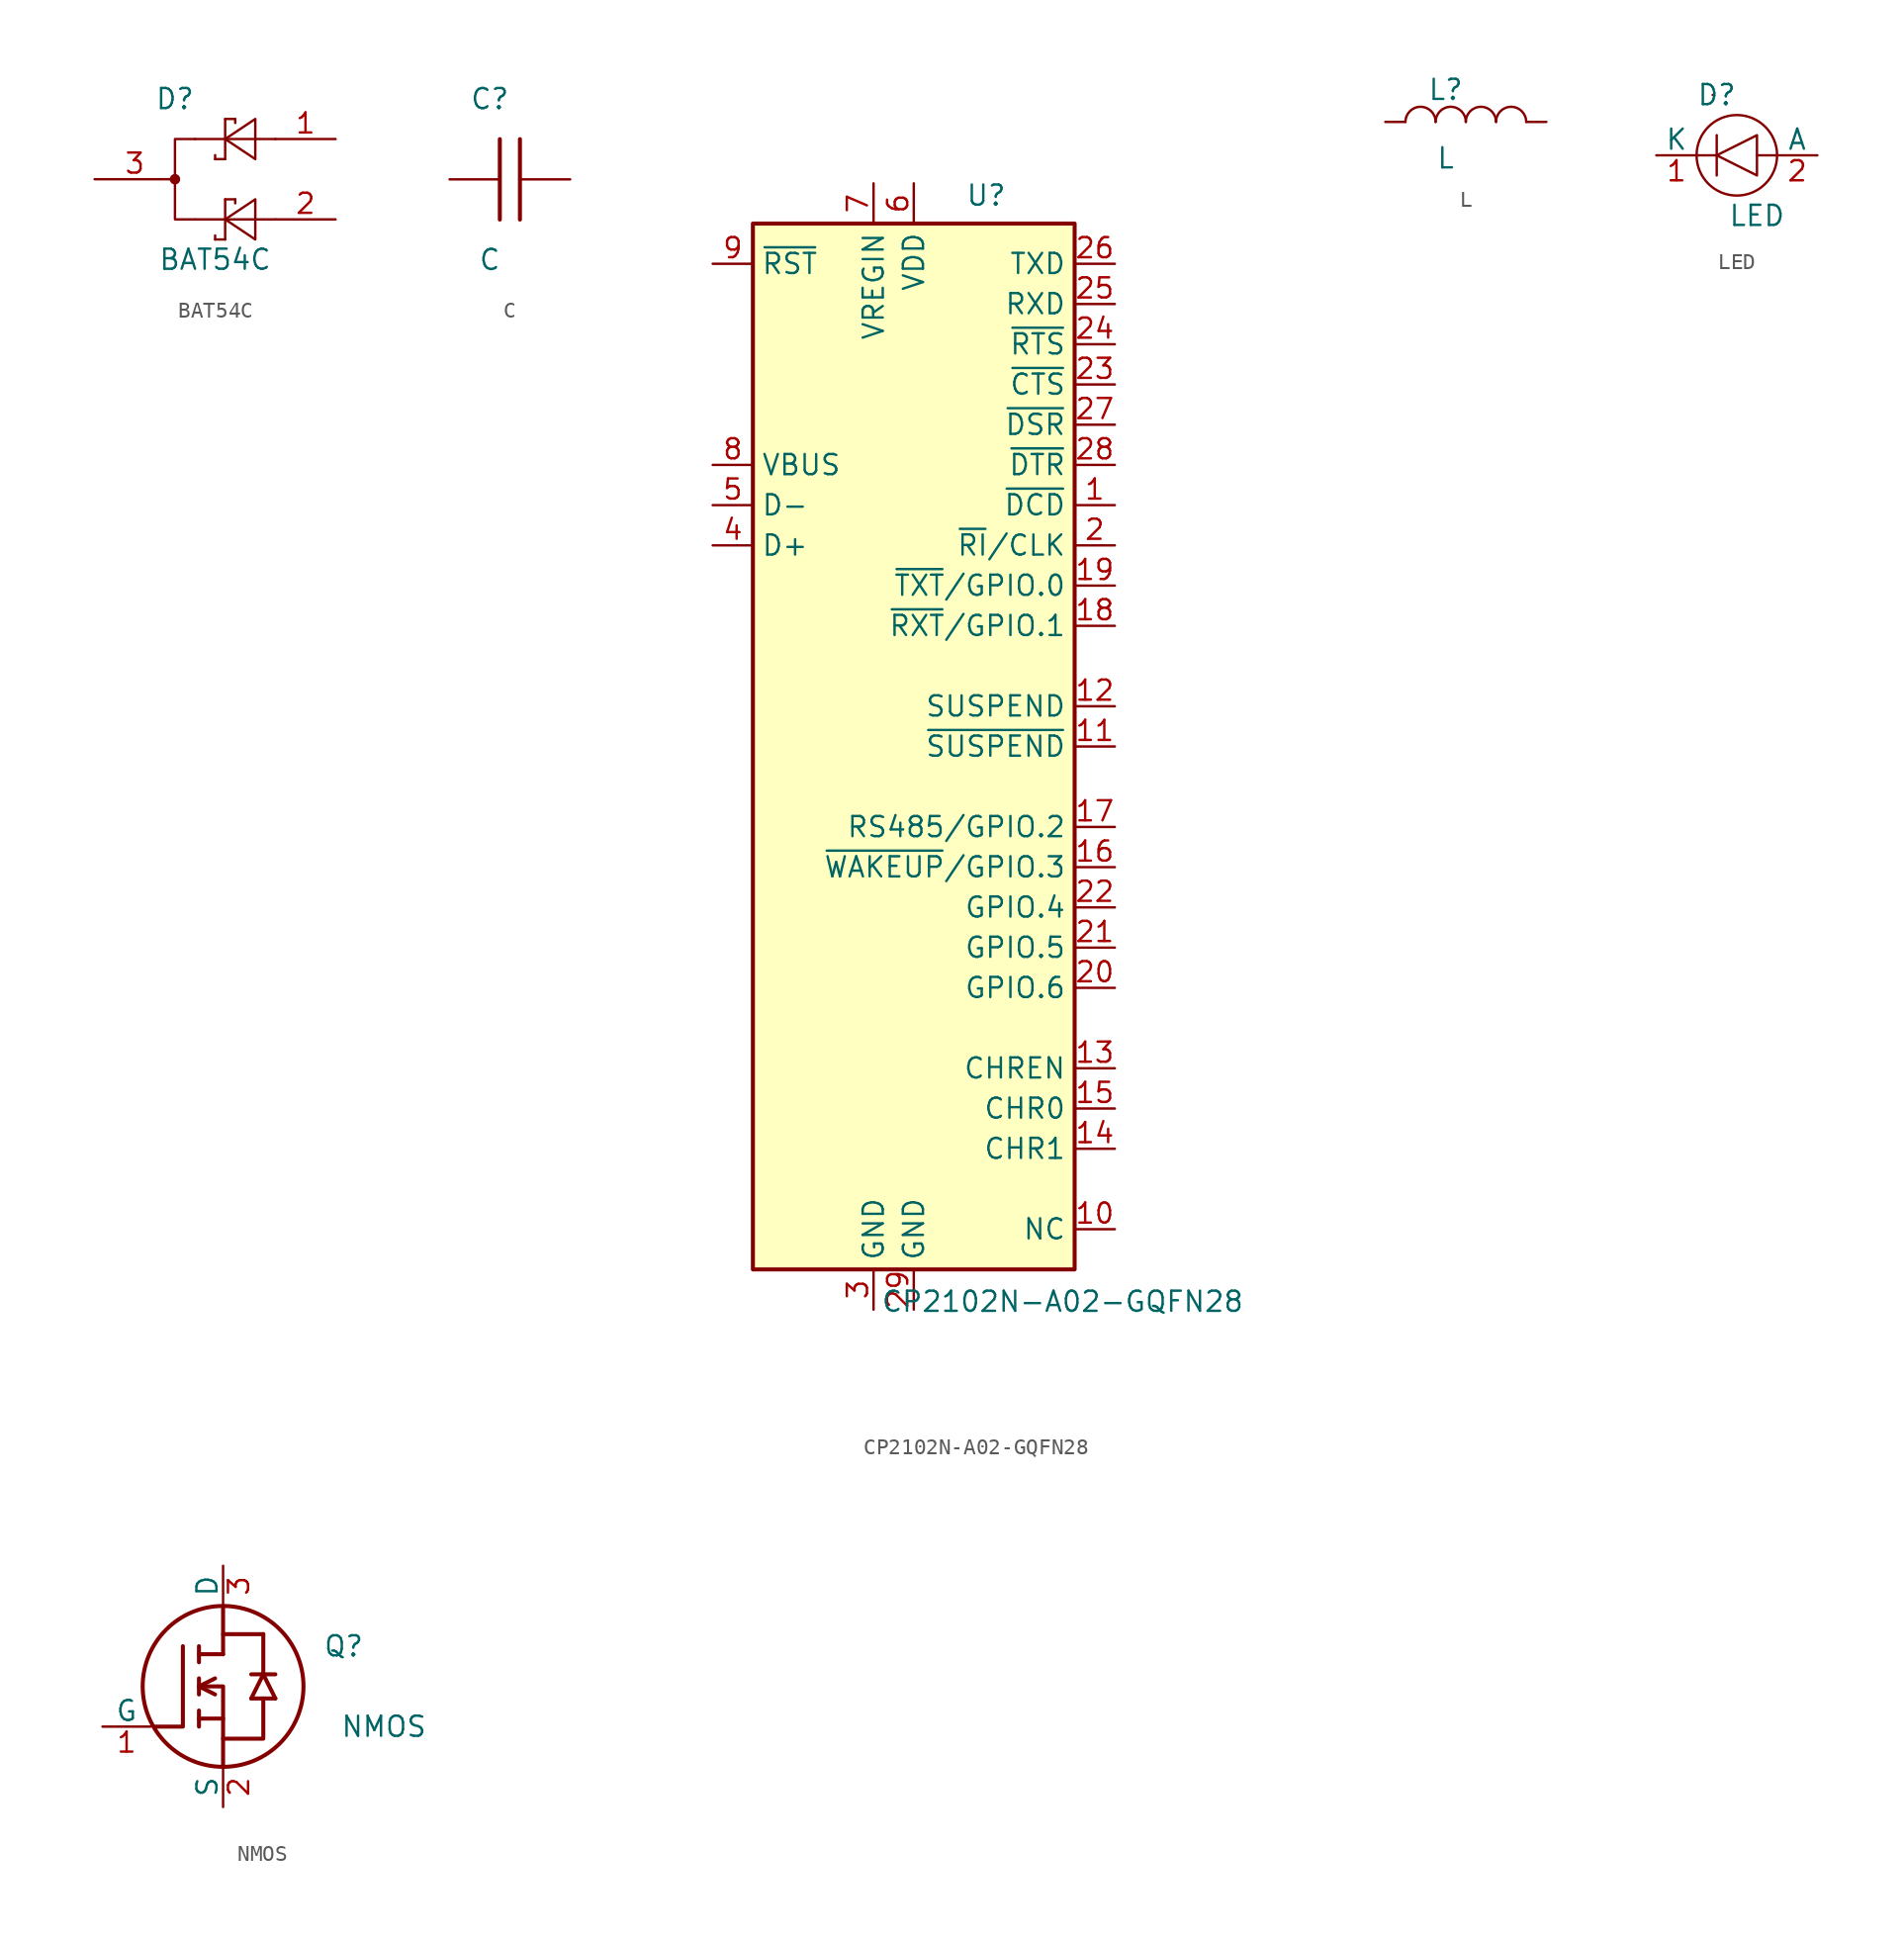
<source format=kicad_sym>
(kicad_symbol_lib
  (version 20241209)
  (generator "kicad_symbol_editor")
  (generator_version "9.0")
  (symbol "BAT54C"
    (property "Reference" "D"
      (at 5.08 5.08 0)
      (effects (font (size 1.27 1.27))))
    (property "Value" "BAT54C"
      (at 7.62 -5.08 0)
      (effects (font (size 1.27 1.27))))
    (symbol "BAT54C_0_1"
      (circle (center 5.08 0) (radius 0.254) (stroke (width 0) (type default)) (fill (type outline)))
      (polyline (pts (xy 6.35 2.54) (xy 5.08 2.54) (xy 5.08 -2.54) (xy 6.35 -2.54)) (stroke (width 0.152) (type default)) (fill (type none)))
      (polyline (pts (xy 7.62 1.27) (xy 7.62 1.524)) (stroke (width 0) (type default)) (fill (type none)))
      (polyline (pts (xy 7.62 -3.81) (xy 7.62 -3.556)) (stroke (width 0) (type default)) (fill (type none)))
      (polyline (pts (xy 8.255 3.81) (xy 8.255 1.27)) (stroke (width 0) (type default)) (fill (type none)))
      (polyline (pts (xy 8.255 3.81) (xy 8.89 3.81)) (stroke (width 0) (type default)) (fill (type none)))
      (polyline (pts (xy 8.255 1.27) (xy 7.62 1.27)) (stroke (width 0) (type default)) (fill (type none)))
      (polyline (pts (xy 8.255 -1.27) (xy 8.255 -3.81)) (stroke (width 0) (type default)) (fill (type none)))
      (polyline (pts (xy 8.255 -1.27) (xy 8.89 -1.27)) (stroke (width 0) (type default)) (fill (type none)))
      (polyline (pts (xy 8.255 -3.81) (xy 7.62 -3.81)) (stroke (width 0) (type default)) (fill (type none)))
      (polyline (pts (xy 8.89 3.81) (xy 8.89 3.556)) (stroke (width 0) (type default)) (fill (type none)))
      (polyline (pts (xy 8.89 -1.27) (xy 8.89 -1.524)) (stroke (width 0) (type default)) (fill (type none)))
      (polyline (pts (xy 10.16 1.27) (xy 10.16 3.81) (xy 8.255 2.54) (xy 10.16 1.27)) (stroke (width 0) (type default)) (fill (type none)))
      (polyline (pts (xy 10.16 -3.81) (xy 10.16 -1.27) (xy 8.255 -2.54) (xy 10.16 -3.81)) (stroke (width 0) (type default)) (fill (type none)))
      (polyline (pts (xy 11.43 2.54) (xy 6.35 2.54)) (stroke (width 0) (type default)) (fill (type none)))
      (polyline (pts (xy 11.43 -2.54) (xy 6.35 -2.54)) (stroke (width 0) (type default)) (fill (type none))))
    (symbol "BAT54C_1_1"
      (pin passive line (at 0 0 0) (length 5.08) (name "~" (effects (font (size 1.27 1.27)))) (number "3" (effects (font (size 1.27 1.27)))))
      (pin passive line (at 15.24 2.54 180) (length 3.81) (name "~" (effects (font (size 1.27 1.27)))) (number "1" (effects (font (size 1.27 1.27)))))
      (pin passive line (at 15.24 -2.54 180) (length 3.81) (name "~" (effects (font (size 1.27 1.27)))) (number "2" (effects (font (size 1.27 1.27)))))))
  (symbol "C"
    (pin_numbers
      (hide yes))
    (pin_names
      (offset 1.016)
      (hide yes))
    (property "Reference" "C"
      (at 2.54 5.08 0)
      (effects (font (size 1.27 1.27))))
    (property "Value" "C"
      (at 2.54 -5.08 0)
      (effects (font (size 1.27 1.27))))
    (symbol "C_0_1"
      (polyline (pts (xy 3.175 2.54) (xy 3.175 -2.54)) (stroke (width 0.254) (type default)) (fill (type none)))
      (polyline (pts (xy 4.445 2.54) (xy 4.445 -2.54)) (stroke (width 0.254) (type default)) (fill (type none))))
    (symbol "C_1_1"
      (pin unspecified line (at 0 0 0) (length 3.175) (name "1" (effects (font (size 1.27 1.27)))) (number "1" (effects (font (size 1.27 1.27)))))
      (pin unspecified line (at 7.62 0 180) (length 3.175) (name "2" (effects (font (size 1.27 1.27)))) (number "2" (effects (font (size 1.27 1.27)))))))
  (symbol "CP2102N-A02-GQFN28"
    (property "Reference" "U"
      (at 17.272 4.318 0)
      (effects (font (size 1.27 1.27))))
    (property "Value" "CP2102N-A02-GQFN28"
      (at 22.098 -65.532 0)
      (effects (font (size 1.27 1.27))))
    (symbol "CP2102N-A02-GQFN28_0_1"
      (rectangle (start 2.54 2.54) (end 22.86 -63.5) (stroke (width 0.254) (type default)) (fill (type background))))
    (symbol "CP2102N-A02-GQFN28_1_1"
      (pin unspecified line (at 0 0 0) (length 2.54) (name "~{RST}" (effects (font (size 1.27 1.27)))) (number "9" (effects (font (size 1.27 1.27)))))
      (pin unspecified line (at 0 -12.7 0) (length 2.54) (name "VBUS" (effects (font (size 1.27 1.27)))) (number "8" (effects (font (size 1.27 1.27)))))
      (pin unspecified line (at 0 -15.24 0) (length 2.54) (name "D-" (effects (font (size 1.27 1.27)))) (number "5" (effects (font (size 1.27 1.27)))))
      (pin unspecified line (at 0 -17.78 0) (length 2.54) (name "D+" (effects (font (size 1.27 1.27)))) (number "4" (effects (font (size 1.27 1.27)))))
      (pin unspecified line (at 10.16 5.08 270) (length 2.54) (name "VREGIN" (effects (font (size 1.27 1.27)))) (number "7" (effects (font (size 1.27 1.27)))))
      (pin unspecified line (at 10.16 -66.04 90) (length 2.54) (name "GND" (effects (font (size 1.27 1.27)))) (number "3" (effects (font (size 1.27 1.27)))))
      (pin unspecified line (at 12.7 5.08 270) (length 2.54) (name "VDD" (effects (font (size 1.27 1.27)))) (number "6" (effects (font (size 1.27 1.27)))))
      (pin unspecified line (at 12.7 -66.04 90) (length 2.54) (name "GND" (effects (font (size 1.27 1.27)))) (number "29" (effects (font (size 1.27 1.27)))))
      (pin unspecified line (at 25.4 0 180) (length 2.54) (name "TXD" (effects (font (size 1.27 1.27)))) (number "26" (effects (font (size 1.27 1.27)))))
      (pin unspecified line (at 25.4 -2.54 180) (length 2.54) (name "RXD" (effects (font (size 1.27 1.27)))) (number "25" (effects (font (size 1.27 1.27)))))
      (pin unspecified line (at 25.4 -5.08 180) (length 2.54) (name "~{RTS}" (effects (font (size 1.27 1.27)))) (number "24" (effects (font (size 1.27 1.27)))))
      (pin unspecified line (at 25.4 -7.62 180) (length 2.54) (name "~{CTS}" (effects (font (size 1.27 1.27)))) (number "23" (effects (font (size 1.27 1.27)))))
      (pin unspecified line (at 25.4 -10.16 180) (length 2.54) (name "~{DSR}" (effects (font (size 1.27 1.27)))) (number "27" (effects (font (size 1.27 1.27)))))
      (pin unspecified line (at 25.4 -12.7 180) (length 2.54) (name "~{DTR}" (effects (font (size 1.27 1.27)))) (number "28" (effects (font (size 1.27 1.27)))))
      (pin unspecified line (at 25.4 -15.24 180) (length 2.54) (name "~{DCD}" (effects (font (size 1.27 1.27)))) (number "1" (effects (font (size 1.27 1.27)))))
      (pin unspecified line (at 25.4 -17.78 180) (length 2.54) (name "~{RI}/CLK" (effects (font (size 1.27 1.27)))) (number "2" (effects (font (size 1.27 1.27)))))
      (pin unspecified line (at 25.4 -20.32 180) (length 2.54) (name "~{TXT}/GPIO.0" (effects (font (size 1.27 1.27)))) (number "19" (effects (font (size 1.27 1.27)))))
      (pin unspecified line (at 25.4 -22.86 180) (length 2.54) (name "~{RXT}/GPIO.1" (effects (font (size 1.27 1.27)))) (number "18" (effects (font (size 1.27 1.27)))))
      (pin unspecified line (at 25.4 -27.94 180) (length 2.54) (name "SUSPEND" (effects (font (size 1.27 1.27)))) (number "12" (effects (font (size 1.27 1.27)))))
      (pin unspecified line (at 25.4 -30.48 180) (length 2.54) (name "~{SUSPEND}" (effects (font (size 1.27 1.27)))) (number "11" (effects (font (size 1.27 1.27)))))
      (pin unspecified line (at 25.4 -35.56 180) (length 2.54) (name "RS485/GPIO.2" (effects (font (size 1.27 1.27)))) (number "17" (effects (font (size 1.27 1.27)))))
      (pin unspecified line (at 25.4 -38.1 180) (length 2.54) (name "~{WAKEUP}/GPIO.3" (effects (font (size 1.27 1.27)))) (number "16" (effects (font (size 1.27 1.27)))))
      (pin unspecified line (at 25.4 -40.64 180) (length 2.54) (name "GPIO.4" (effects (font (size 1.27 1.27)))) (number "22" (effects (font (size 1.27 1.27)))))
      (pin unspecified line (at 25.4 -43.18 180) (length 2.54) (name "GPIO.5" (effects (font (size 1.27 1.27)))) (number "21" (effects (font (size 1.27 1.27)))))
      (pin unspecified line (at 25.4 -45.72 180) (length 2.54) (name "GPIO.6" (effects (font (size 1.27 1.27)))) (number "20" (effects (font (size 1.27 1.27)))))
      (pin unspecified line (at 25.4 -50.8 180) (length 2.54) (name "CHREN" (effects (font (size 1.27 1.27)))) (number "13" (effects (font (size 1.27 1.27)))))
      (pin unspecified line (at 25.4 -53.34 180) (length 2.54) (name "CHR0" (effects (font (size 1.27 1.27)))) (number "15" (effects (font (size 1.27 1.27)))))
      (pin unspecified line (at 25.4 -55.88 180) (length 2.54) (name "CHR1" (effects (font (size 1.27 1.27)))) (number "14" (effects (font (size 1.27 1.27)))))
      (pin unspecified line (at 25.4 -60.96 180) (length 2.54) (name "NC" (effects (font (size 1.27 1.27)))) (number "10" (effects (font (size 1.27 1.27)))))))
  (symbol "L"
    (pin_numbers
      (hide yes))
    (pin_names
      (hide yes))
    (property "Reference" "L"
      (at 3.81 2.032 0)
      (effects (font (size 1.27 1.27))))
    (property "Value" "L"
      (at 3.81 -2.286 0)
      (effects (font (size 1.27 1.27))))
    (symbol "L_0_1"
      (arc (start 1.27 0) (mid 2.2225 0.9525) (end 3.175 0) (stroke (width 0) (type default)) (fill (type none)))
      (arc (start 3.175 0) (mid 4.1275 0.9525) (end 5.08 0) (stroke (width 0) (type default)) (fill (type none)))
      (arc (start 5.08 0) (mid 6.0325 0.9525) (end 6.985 0) (stroke (width 0) (type default)) (fill (type none)))
      (arc (start 6.985 0) (mid 7.9375 0.9525) (end 8.89 0) (stroke (width 0) (type default)) (fill (type none))))
    (symbol "L_1_1"
      (pin unspecified line (at 0 0 0) (length 1.27) (name "1" (effects (font (size 1.27 1.27)))) (number "1" (effects (font (size 1.27 1.27)))))
      (pin unspecified line (at 10.16 0 180) (length 1.27) (name "2" (effects (font (size 1.27 1.27)))) (number "2" (effects (font (size 1.27 1.27)))))))
  (symbol "LED"
    (pin_names
      (offset 0))
    (property "Reference" "D"
      (at 3.81 3.81 0)
      (effects (font (size 1.27 1.27))))
    (property "Value" "LED"
      (at 6.35 -3.81 0)
      (effects (font (size 1.27 1.27))))
    (symbol "LED_0_0"
      (polyline (pts (xy 2.54 0) (xy 3.81 0)) (stroke (width 0) (type default)) (fill (type none)))
      (polyline (pts (xy 3.556 3.81) (xy 3.556 3.81)) (stroke (width 0) (type default)) (fill (type none)))
      (circle (center 5.08 0) (radius 2.54) (stroke (width 0) (type default)) (fill (type none)))
      (polyline (pts (xy 6.35 0) (xy 7.62 0)) (stroke (width 0) (type default)) (fill (type none)))
      (polyline (pts (xy 6.35 -1.27) (xy 6.35 1.27) (xy 3.81 0) (xy 6.35 -1.27)) (stroke (width 0) (type default)) (fill (type none))))
    (symbol "LED_0_1"
      (polyline (pts (xy 3.81 1.27) (xy 3.81 -1.27)) (stroke (width 0) (type default)) (fill (type none))))
    (symbol "LED_1_1"
      (pin unspecified line (at 0 0 0) (length 2.54) (name "K" (effects (font (size 1.27 1.27)))) (number "1" (effects (font (size 1.27 1.27)))))
      (pin unspecified line (at 10.16 0 180) (length 2.54) (name "A" (effects (font (size 1.27 1.27)))) (number "2" (effects (font (size 1.27 1.27)))))))
  (symbol "NMOS"
    (pin_names
      (offset 0))
    (property "Reference" "Q"
      (at 15.24 5.08 0)
      (effects (font (size 1.27 1.27))))
    (property "Value" "NMOS"
      (at 17.78 0 0)
      (effects (font (size 1.27 1.27))))
    (symbol "NMOS_0_1"
      (polyline (pts (xy 5.08 5.08) (xy 5.08 0) (xy 3.302 0)) (stroke (width 0.254) (type default)) (fill (type none)))
      (polyline (pts (xy 6.096 5.08) (xy 6.096 4.064)) (stroke (width 0.254) (type default)) (fill (type none)))
      (polyline (pts (xy 6.096 4.572) (xy 7.62 4.572)) (stroke (width 0.254) (type default)) (fill (type none)))
      (polyline (pts (xy 6.096 3.048) (xy 6.096 2.032)) (stroke (width 0.254) (type default)) (fill (type none)))
      (polyline (pts (xy 6.096 2.54) (xy 7.112 3.048)) (stroke (width 0.254) (type default)) (fill (type none)))
      (polyline (pts (xy 6.096 2.54) (xy 7.112 2.032)) (stroke (width 0.254) (type default)) (fill (type none)))
      (polyline (pts (xy 6.096 0.508) (xy 7.62 0.508)) (stroke (width 0.254) (type default)) (fill (type none)))
      (polyline (pts (xy 6.096 0) (xy 6.096 1.016)) (stroke (width 0.254) (type default)) (fill (type none)))
      (polyline (pts (xy 7.62 7.62) (xy 7.62 4.572)) (stroke (width 0.254) (type default)) (fill (type none)))
      (circle (center 7.62 2.54) (radius 5.08) (stroke (width 0.254) (type default)) (fill (type none)))
      (polyline (pts (xy 7.62 -2.54) (xy 7.62 2.54) (xy 6.096 2.54)) (stroke (width 0.254) (type default)) (fill (type none)))
      (polyline (pts (xy 9.398 3.302) (xy 10.922 3.302)) (stroke (width 0.254) (type default)) (fill (type none)))
      (polyline (pts (xy 9.398 1.778) (xy 10.922 1.778)) (stroke (width 0.254) (type default)) (fill (type none)))
      (polyline (pts (xy 9.398 1.778) (xy 10.16 3.302) (xy 10.922 1.778)) (stroke (width 0.254) (type default)) (fill (type none)))
      (polyline (pts (xy 10.16 5.842) (xy 7.62 5.842)) (stroke (width 0.254) (type default)) (fill (type none)))
      (polyline (pts (xy 10.16 3.302) (xy 10.16 5.842)) (stroke (width 0.254) (type default)) (fill (type none)))
      (polyline (pts (xy 10.16 1.778) (xy 10.16 -0.762) (xy 7.62 -0.762)) (stroke (width 0.254) (type default)) (fill (type none))))
    (symbol "NMOS_1_1"
      (pin unspecified line (at 0 0 0) (length 3.048) (name "G" (effects (font (size 1.27 1.27)))) (number "1" (effects (font (size 1.27 1.27)))))
      (pin unspecified line (at 7.62 10.16 270) (length 2.54) (name "D" (effects (font (size 1.27 1.27)))) (number "3" (effects (font (size 1.27 1.27)))))
      (pin unspecified line (at 7.62 -5.08 90) (length 2.54) (name "S" (effects (font (size 1.27 1.27)))) (number "2" (effects (font (size 1.27 1.27))))))))
</source>
